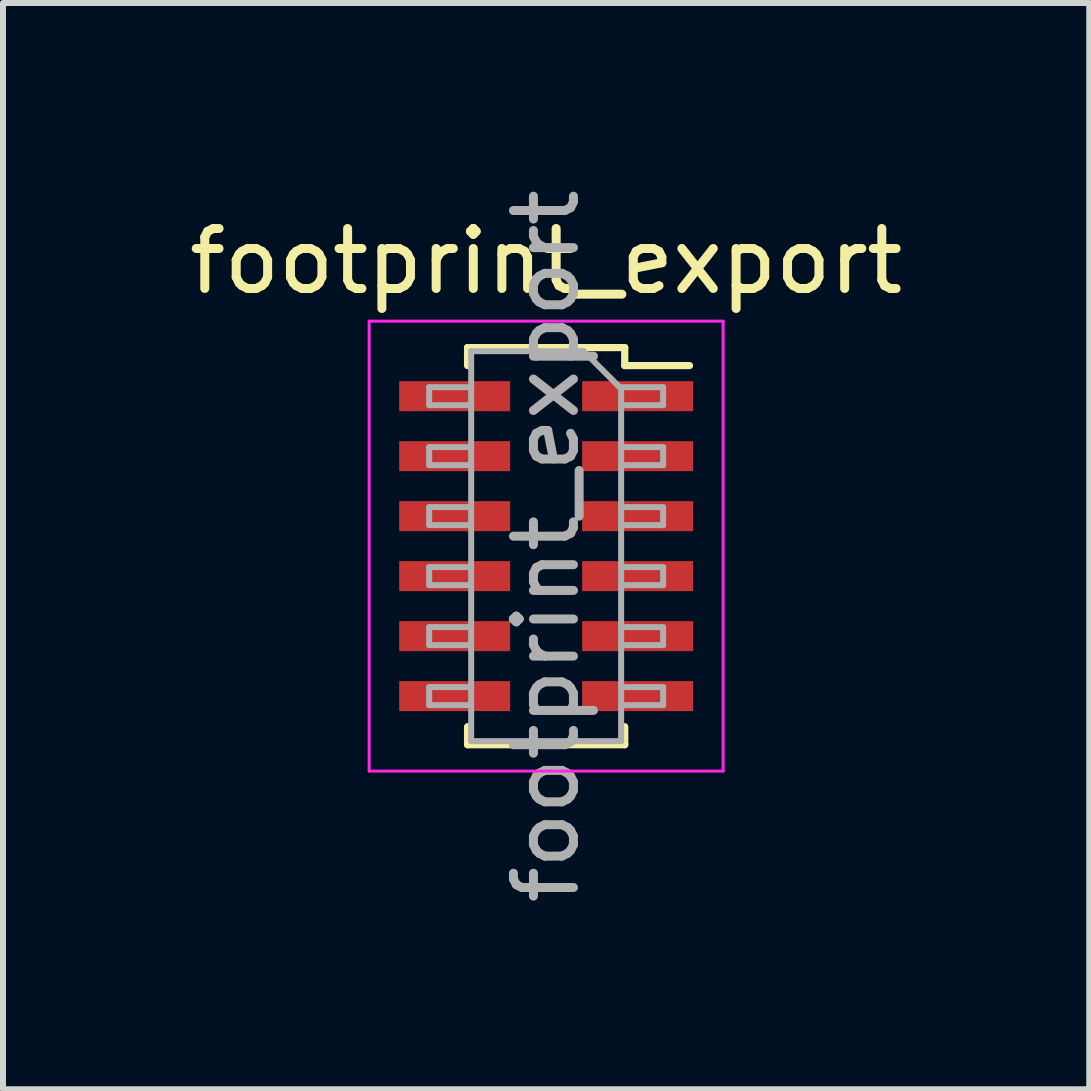
<source format=kicad_pcb>
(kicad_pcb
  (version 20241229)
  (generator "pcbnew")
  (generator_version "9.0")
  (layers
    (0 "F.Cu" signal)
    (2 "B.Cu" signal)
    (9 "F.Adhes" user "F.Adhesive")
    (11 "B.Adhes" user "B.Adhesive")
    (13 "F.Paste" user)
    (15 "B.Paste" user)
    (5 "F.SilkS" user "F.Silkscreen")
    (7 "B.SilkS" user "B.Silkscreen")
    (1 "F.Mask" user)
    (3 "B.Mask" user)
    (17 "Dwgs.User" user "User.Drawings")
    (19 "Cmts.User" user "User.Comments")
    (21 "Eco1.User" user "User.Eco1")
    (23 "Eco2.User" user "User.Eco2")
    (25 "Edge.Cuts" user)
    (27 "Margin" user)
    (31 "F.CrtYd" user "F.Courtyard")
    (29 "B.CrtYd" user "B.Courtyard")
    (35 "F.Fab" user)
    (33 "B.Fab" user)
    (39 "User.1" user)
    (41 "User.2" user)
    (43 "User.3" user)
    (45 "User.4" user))
  (footprint "footprint_export"
    (layer "F.Cu")
    (at 6.054 6.054)
    (property "Reference" "footprint_export" (at 0 -4.75 0) (layer "F.SilkS") (effects (font (size 1 1) (thickness 0.15))))
    (attr smd)
    (fp_line (start -1.31 -3.31) (end -1.31 -3.01) (stroke (width 0.12) (type solid)) (layer "F.SilkS"))
    (fp_line (start -1.31 -3.31) (end 1.31 -3.31) (stroke (width 0.12) (type solid)) (layer "F.SilkS"))
    (fp_line (start -1.31 3.01) (end -1.31 3.31) (stroke (width 0.12) (type solid)) (layer "F.SilkS"))
    (fp_line (start -1.31 3.31) (end 1.31 3.31) (stroke (width 0.12) (type solid)) (layer "F.SilkS"))
    (fp_line (start 1.31 -3.31) (end 1.31 -3.01) (stroke (width 0.12) (type solid)) (layer "F.SilkS"))
    (fp_line (start 1.31 -3.01) (end 2.39 -3.01) (stroke (width 0.12) (type solid)) (layer "F.SilkS"))
    (fp_line (start 1.31 3.01) (end 1.31 3.31) (stroke (width 0.12) (type solid)) (layer "F.SilkS"))
    (fp_line (start -2.95 -3.75) (end 2.95 -3.75) (stroke (width 0.05) (type solid)) (layer "F.CrtYd"))
    (fp_line (start -2.95 3.75) (end -2.95 -3.75) (stroke (width 0.05) (type solid)) (layer "F.CrtYd"))
    (fp_line (start 2.95 -3.75) (end 2.95 3.75) (stroke (width 0.05) (type solid)) (layer "F.CrtYd"))
    (fp_line (start 2.95 3.75) (end -2.95 3.75) (stroke (width 0.05) (type solid)) (layer "F.CrtYd"))
    (fp_line (start -1.95 -2.65) (end -1.25 -2.65) (stroke (width 0.1) (type solid)) (layer "F.Fab"))
    (fp_line (start -1.95 -2.35) (end -1.95 -2.65) (stroke (width 0.1) (type solid)) (layer "F.Fab"))
    (fp_line (start -1.95 -1.65) (end -1.25 -1.65) (stroke (width 0.1) (type solid)) (layer "F.Fab"))
    (fp_line (start -1.95 -1.35) (end -1.95 -1.65) (stroke (width 0.1) (type solid)) (layer "F.Fab"))
    (fp_line (start -1.95 -0.65) (end -1.25 -0.65) (stroke (width 0.1) (type solid)) (layer "F.Fab"))
    (fp_line (start -1.95 -0.35) (end -1.95 -0.65) (stroke (width 0.1) (type solid)) (layer "F.Fab"))
    (fp_line (start -1.95 0.35) (end -1.25 0.35) (stroke (width 0.1) (type solid)) (layer "F.Fab"))
    (fp_line (start -1.95 0.65) (end -1.95 0.35) (stroke (width 0.1) (type solid)) (layer "F.Fab"))
    (fp_line (start -1.95 1.35) (end -1.25 1.35) (stroke (width 0.1) (type solid)) (layer "F.Fab"))
    (fp_line (start -1.95 1.65) (end -1.95 1.35) (stroke (width 0.1) (type solid)) (layer "F.Fab"))
    (fp_line (start -1.95 2.35) (end -1.25 2.35) (stroke (width 0.1) (type solid)) (layer "F.Fab"))
    (fp_line (start -1.95 2.65) (end -1.95 2.35) (stroke (width 0.1) (type solid)) (layer "F.Fab"))
    (fp_line (start -1.25 -3.25) (end 0.625 -3.25) (stroke (width 0.1) (type solid)) (layer "F.Fab"))
    (fp_line (start -1.25 -2.35) (end -1.95 -2.35) (stroke (width 0.1) (type solid)) (layer "F.Fab"))
    (fp_line (start -1.25 -1.35) (end -1.95 -1.35) (stroke (width 0.1) (type solid)) (layer "F.Fab"))
    (fp_line (start -1.25 -0.35) (end -1.95 -0.35) (stroke (width 0.1) (type solid)) (layer "F.Fab"))
    (fp_line (start -1.25 0.65) (end -1.95 0.65) (stroke (width 0.1) (type solid)) (layer "F.Fab"))
    (fp_line (start -1.25 1.65) (end -1.95 1.65) (stroke (width 0.1) (type solid)) (layer "F.Fab"))
    (fp_line (start -1.25 2.65) (end -1.95 2.65) (stroke (width 0.1) (type solid)) (layer "F.Fab"))
    (fp_line (start -1.25 3.25) (end -1.25 -3.25) (stroke (width 0.1) (type solid)) (layer "F.Fab"))
    (fp_line (start 0.625 -3.25) (end 1.25 -2.625) (stroke (width 0.1) (type solid)) (layer "F.Fab"))
    (fp_line (start 1.25 -2.65) (end 1.95 -2.65) (stroke (width 0.1) (type solid)) (layer "F.Fab"))
    (fp_line (start 1.25 -2.625) (end 1.25 3.25) (stroke (width 0.1) (type solid)) (layer "F.Fab"))
    (fp_line (start 1.25 -1.65) (end 1.95 -1.65) (stroke (width 0.1) (type solid)) (layer "F.Fab"))
    (fp_line (start 1.25 -0.65) (end 1.95 -0.65) (stroke (width 0.1) (type solid)) (layer "F.Fab"))
    (fp_line (start 1.25 0.35) (end 1.95 0.35) (stroke (width 0.1) (type solid)) (layer "F.Fab"))
    (fp_line (start 1.25 1.35) (end 1.95 1.35) (stroke (width 0.1) (type solid)) (layer "F.Fab"))
    (fp_line (start 1.25 2.35) (end 1.95 2.35) (stroke (width 0.1) (type solid)) (layer "F.Fab"))
    (fp_line (start 1.25 3.25) (end -1.25 3.25) (stroke (width 0.1) (type solid)) (layer "F.Fab"))
    (fp_line (start 1.95 -2.65) (end 1.95 -2.35) (stroke (width 0.1) (type solid)) (layer "F.Fab"))
    (fp_line (start 1.95 -2.35) (end 1.25 -2.35) (stroke (width 0.1) (type solid)) (layer "F.Fab"))
    (fp_line (start 1.95 -1.65) (end 1.95 -1.35) (stroke (width 0.1) (type solid)) (layer "F.Fab"))
    (fp_line (start 1.95 -1.35) (end 1.25 -1.35) (stroke (width 0.1) (type solid)) (layer "F.Fab"))
    (fp_line (start 1.95 -0.65) (end 1.95 -0.35) (stroke (width 0.1) (type solid)) (layer "F.Fab"))
    (fp_line (start 1.95 -0.35) (end 1.25 -0.35) (stroke (width 0.1) (type solid)) (layer "F.Fab"))
    (fp_line (start 1.95 0.35) (end 1.95 0.65) (stroke (width 0.1) (type solid)) (layer "F.Fab"))
    (fp_line (start 1.95 0.65) (end 1.25 0.65) (stroke (width 0.1) (type solid)) (layer "F.Fab"))
    (fp_line (start 1.95 1.35) (end 1.95 1.65) (stroke (width 0.1) (type solid)) (layer "F.Fab"))
    (fp_line (start 1.95 1.65) (end 1.25 1.65) (stroke (width 0.1) (type solid)) (layer "F.Fab"))
    (fp_line (start 1.95 2.35) (end 1.95 2.65) (stroke (width 0.1) (type solid)) (layer "F.Fab"))
    (fp_line (start 1.95 2.65) (end 1.25 2.65) (stroke (width 0.1) (type solid)) (layer "F.Fab"))
    (fp_text user "${REFERENCE}" (at 0 0 90) (layer "F.Fab") (effects (font (size 1 1) (thickness 0.15))))
    (pad "1" smd rect (at 1.525 -2.5) (size 1.85 0.5) (layers "F.Cu" "F.Mask" "F.Paste"))
    (pad "2" smd rect (at -1.525 -2.5) (size 1.85 0.5) (layers "F.Cu" "F.Mask" "F.Paste"))
    (pad "3" smd rect (at 1.525 -1.5) (size 1.85 0.5) (layers "F.Cu" "F.Mask" "F.Paste"))
    (pad "4" smd rect (at -1.525 -1.5) (size 1.85 0.5) (layers "F.Cu" "F.Mask" "F.Paste"))
    (pad "5" smd rect (at 1.525 -0.5) (size 1.85 0.5) (layers "F.Cu" "F.Mask" "F.Paste"))
    (pad "6" smd rect (at -1.525 -0.5) (size 1.85 0.5) (layers "F.Cu" "F.Mask" "F.Paste"))
    (pad "7" smd rect (at 1.525 0.5) (size 1.85 0.5) (layers "F.Cu" "F.Mask" "F.Paste"))
    (pad "8" smd rect (at -1.525 0.5) (size 1.85 0.5) (layers "F.Cu" "F.Mask" "F.Paste"))
    (pad "9" smd rect (at 1.525 1.5) (size 1.85 0.5) (layers "F.Cu" "F.Mask" "F.Paste"))
    (pad "10" smd rect (at -1.525 1.5) (size 1.85 0.5) (layers "F.Cu" "F.Mask" "F.Paste"))
    (pad "11" smd rect (at 1.525 2.5) (size 1.85 0.5) (layers "F.Cu" "F.Mask" "F.Paste"))
    (pad "12" smd rect (at -1.525 2.5) (size 1.85 0.5) (layers "F.Cu" "F.Mask" "F.Paste")))
  (gr_rect
    (start -3 -3)
    (end 15.107 15.107)
    (stroke (width 0.1) (type default))
    (fill no)
    (layer "Edge.Cuts")))
</source>
